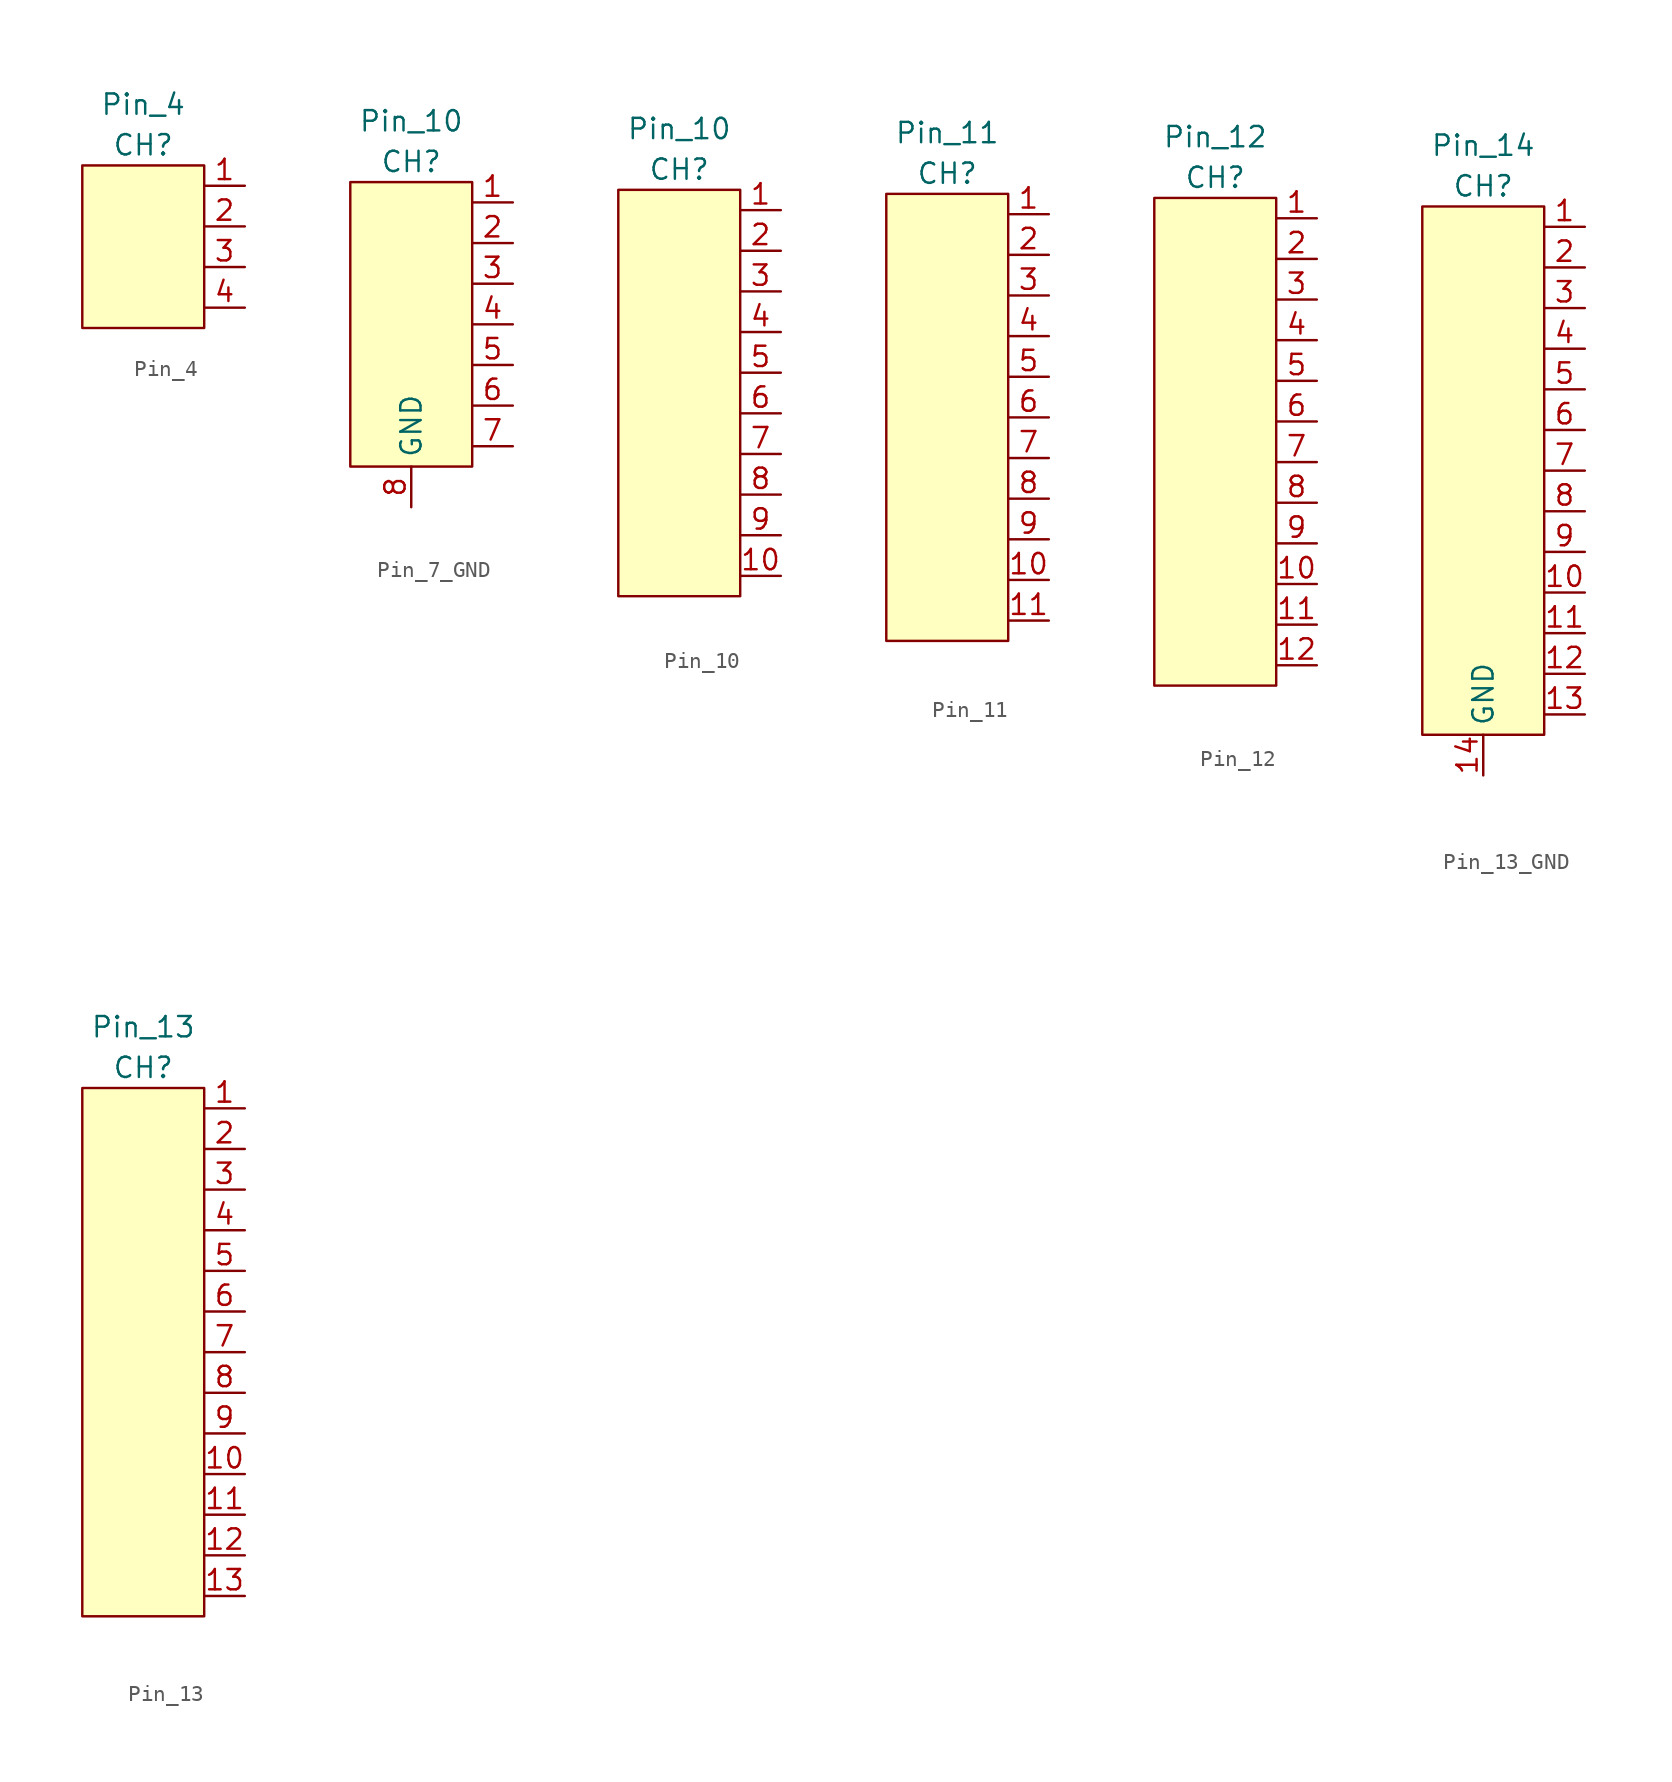
<source format=kicad_sym>
(kicad_symbol_lib
  (version 20220914)
  (generator kicad_symbol_editor)
  (symbol "Pin_4"
    (property "Reference" "CH"
      (at 0 2.54 0)
      (effects (font (size 1.27 1.27))))
    (property "Value" "Pin_4"
      (at 0 5.08 0)
      (effects (font (size 1.27 1.27))))
    (symbol "Pin_4_0_1"
      (rectangle (start -3.81 1.27) (end 3.81 -8.89) (stroke (width 0.152) (type default)) (fill (type background))))
    (symbol "Pin_4_1_1"
      (pin bidirectional line (at 6.35 0 180) (length 2.54) (name "" (effects (font (size 1.27 1.27)))) (number "1" (effects (font (size 1.27 1.27)))))
      (pin bidirectional line (at 6.35 -2.54 180) (length 2.54) (name "" (effects (font (size 1.27 1.27)))) (number "2" (effects (font (size 1.27 1.27)))))
      (pin bidirectional line (at 6.35 -5.08 180) (length 2.54) (name "" (effects (font (size 1.27 1.27)))) (number "3" (effects (font (size 1.27 1.27)))))
      (pin bidirectional line (at 6.35 -7.62 180) (length 2.54) (name "" (effects (font (size 1.27 1.27)))) (number "4" (effects (font (size 1.27 1.27)))))))
  (symbol "Pin_7_GND"
    (property "Reference" "CH"
      (at 0 2.54 0)
      (effects (font (size 1.27 1.27))))
    (property "Value" "Pin_10"
      (at 0 5.08 0)
      (effects (font (size 1.27 1.27))))
    (symbol "Pin_7_GND_0_1"
      (rectangle (start -3.81 1.27) (end 3.81 -16.51) (stroke (width 0.152) (type default)) (fill (type background))))
    (symbol "Pin_7_GND_1_1"
      (pin bidirectional line (at 6.35 0 180) (length 2.54) (name "" (effects (font (size 1.27 1.27)))) (number "1" (effects (font (size 1.27 1.27)))))
      (pin bidirectional line (at 6.35 -2.54 180) (length 2.54) (name "" (effects (font (size 1.27 1.27)))) (number "2" (effects (font (size 1.27 1.27)))))
      (pin bidirectional line (at 6.35 -5.08 180) (length 2.54) (name "" (effects (font (size 1.27 1.27)))) (number "3" (effects (font (size 1.27 1.27)))))
      (pin bidirectional line (at 6.35 -7.62 180) (length 2.54) (name "" (effects (font (size 1.27 1.27)))) (number "4" (effects (font (size 1.27 1.27)))))
      (pin bidirectional line (at 6.35 -10.16 180) (length 2.54) (name "" (effects (font (size 1.27 1.27)))) (number "5" (effects (font (size 1.27 1.27)))))
      (pin bidirectional line (at 6.35 -12.7 180) (length 2.54) (name "" (effects (font (size 1.27 1.27)))) (number "6" (effects (font (size 1.27 1.27)))))
      (pin bidirectional line (at 6.35 -15.24 180) (length 2.54) (name "" (effects (font (size 1.27 1.27)))) (number "7" (effects (font (size 1.27 1.27)))))
      (pin power_in line (at 0 -19.05 90) (length 2.54) (name "GND" (effects (font (size 1.27 1.27)))) (number "8" (effects (font (size 1.27 1.27)))))))
  (symbol "Pin_10"
    (property "Reference" "CH"
      (at 0 2.54 0)
      (effects (font (size 1.27 1.27))))
    (property "Value" "Pin_10"
      (at 0 5.08 0)
      (effects (font (size 1.27 1.27))))
    (symbol "Pin_10_0_1"
      (rectangle (start -3.81 1.27) (end 3.81 -24.13) (stroke (width 0.152) (type default)) (fill (type background))))
    (symbol "Pin_10_1_1"
      (pin bidirectional line (at 6.35 0 180) (length 2.54) (name "" (effects (font (size 1.27 1.27)))) (number "1" (effects (font (size 1.27 1.27)))))
      (pin bidirectional line (at 6.35 -22.86 180) (length 2.54) (name "" (effects (font (size 1.27 1.27)))) (number "10" (effects (font (size 1.27 1.27)))))
      (pin bidirectional line (at 6.35 -2.54 180) (length 2.54) (name "" (effects (font (size 1.27 1.27)))) (number "2" (effects (font (size 1.27 1.27)))))
      (pin bidirectional line (at 6.35 -5.08 180) (length 2.54) (name "" (effects (font (size 1.27 1.27)))) (number "3" (effects (font (size 1.27 1.27)))))
      (pin bidirectional line (at 6.35 -7.62 180) (length 2.54) (name "" (effects (font (size 1.27 1.27)))) (number "4" (effects (font (size 1.27 1.27)))))
      (pin bidirectional line (at 6.35 -10.16 180) (length 2.54) (name "" (effects (font (size 1.27 1.27)))) (number "5" (effects (font (size 1.27 1.27)))))
      (pin bidirectional line (at 6.35 -12.7 180) (length 2.54) (name "" (effects (font (size 1.27 1.27)))) (number "6" (effects (font (size 1.27 1.27)))))
      (pin bidirectional line (at 6.35 -15.24 180) (length 2.54) (name "" (effects (font (size 1.27 1.27)))) (number "7" (effects (font (size 1.27 1.27)))))
      (pin bidirectional line (at 6.35 -17.78 180) (length 2.54) (name "" (effects (font (size 1.27 1.27)))) (number "8" (effects (font (size 1.27 1.27)))))
      (pin bidirectional line (at 6.35 -20.32 180) (length 2.54) (name "" (effects (font (size 1.27 1.27)))) (number "9" (effects (font (size 1.27 1.27)))))))
  (symbol "Pin_11"
    (property "Reference" "CH"
      (at 0 2.54 0)
      (effects (font (size 1.27 1.27))))
    (property "Value" "Pin_11"
      (at 0 5.08 0)
      (effects (font (size 1.27 1.27))))
    (symbol "Pin_11_0_1"
      (rectangle (start -3.81 1.27) (end 3.81 -26.67) (stroke (width 0.152) (type default)) (fill (type background))))
    (symbol "Pin_11_1_1"
      (pin bidirectional line (at 6.35 0 180) (length 2.54) (name "" (effects (font (size 1.27 1.27)))) (number "1" (effects (font (size 1.27 1.27)))))
      (pin bidirectional line (at 6.35 -22.86 180) (length 2.54) (name "" (effects (font (size 1.27 1.27)))) (number "10" (effects (font (size 1.27 1.27)))))
      (pin bidirectional line (at 6.35 -25.4 180) (length 2.54) (name "" (effects (font (size 1.27 1.27)))) (number "11" (effects (font (size 1.27 1.27)))))
      (pin bidirectional line (at 6.35 -2.54 180) (length 2.54) (name "" (effects (font (size 1.27 1.27)))) (number "2" (effects (font (size 1.27 1.27)))))
      (pin bidirectional line (at 6.35 -5.08 180) (length 2.54) (name "" (effects (font (size 1.27 1.27)))) (number "3" (effects (font (size 1.27 1.27)))))
      (pin bidirectional line (at 6.35 -7.62 180) (length 2.54) (name "" (effects (font (size 1.27 1.27)))) (number "4" (effects (font (size 1.27 1.27)))))
      (pin bidirectional line (at 6.35 -10.16 180) (length 2.54) (name "" (effects (font (size 1.27 1.27)))) (number "5" (effects (font (size 1.27 1.27)))))
      (pin bidirectional line (at 6.35 -12.7 180) (length 2.54) (name "" (effects (font (size 1.27 1.27)))) (number "6" (effects (font (size 1.27 1.27)))))
      (pin bidirectional line (at 6.35 -15.24 180) (length 2.54) (name "" (effects (font (size 1.27 1.27)))) (number "7" (effects (font (size 1.27 1.27)))))
      (pin bidirectional line (at 6.35 -17.78 180) (length 2.54) (name "" (effects (font (size 1.27 1.27)))) (number "8" (effects (font (size 1.27 1.27)))))
      (pin bidirectional line (at 6.35 -20.32 180) (length 2.54) (name "" (effects (font (size 1.27 1.27)))) (number "9" (effects (font (size 1.27 1.27)))))))
  (symbol "Pin_12"
    (property "Reference" "CH"
      (at 0 2.54 0)
      (effects (font (size 1.27 1.27))))
    (property "Value" "Pin_12"
      (at 0 5.08 0)
      (effects (font (size 1.27 1.27))))
    (symbol "Pin_12_0_1"
      (rectangle (start -3.81 1.27) (end 3.81 -29.21) (stroke (width 0.152) (type default)) (fill (type background))))
    (symbol "Pin_12_1_1"
      (pin bidirectional line (at 6.35 0 180) (length 2.54) (name "" (effects (font (size 1.27 1.27)))) (number "1" (effects (font (size 1.27 1.27)))))
      (pin bidirectional line (at 6.35 -22.86 180) (length 2.54) (name "" (effects (font (size 1.27 1.27)))) (number "10" (effects (font (size 1.27 1.27)))))
      (pin bidirectional line (at 6.35 -25.4 180) (length 2.54) (name "" (effects (font (size 1.27 1.27)))) (number "11" (effects (font (size 1.27 1.27)))))
      (pin bidirectional line (at 6.35 -27.94 180) (length 2.54) (name "" (effects (font (size 1.27 1.27)))) (number "12" (effects (font (size 1.27 1.27)))))
      (pin bidirectional line (at 6.35 -2.54 180) (length 2.54) (name "" (effects (font (size 1.27 1.27)))) (number "2" (effects (font (size 1.27 1.27)))))
      (pin bidirectional line (at 6.35 -5.08 180) (length 2.54) (name "" (effects (font (size 1.27 1.27)))) (number "3" (effects (font (size 1.27 1.27)))))
      (pin bidirectional line (at 6.35 -7.62 180) (length 2.54) (name "" (effects (font (size 1.27 1.27)))) (number "4" (effects (font (size 1.27 1.27)))))
      (pin bidirectional line (at 6.35 -10.16 180) (length 2.54) (name "" (effects (font (size 1.27 1.27)))) (number "5" (effects (font (size 1.27 1.27)))))
      (pin bidirectional line (at 6.35 -12.7 180) (length 2.54) (name "" (effects (font (size 1.27 1.27)))) (number "6" (effects (font (size 1.27 1.27)))))
      (pin bidirectional line (at 6.35 -15.24 180) (length 2.54) (name "" (effects (font (size 1.27 1.27)))) (number "7" (effects (font (size 1.27 1.27)))))
      (pin bidirectional line (at 6.35 -17.78 180) (length 2.54) (name "" (effects (font (size 1.27 1.27)))) (number "8" (effects (font (size 1.27 1.27)))))
      (pin bidirectional line (at 6.35 -20.32 180) (length 2.54) (name "" (effects (font (size 1.27 1.27)))) (number "9" (effects (font (size 1.27 1.27)))))))
  (symbol "Pin_13_GND"
    (property "Reference" "CH"
      (at 0 2.54 0)
      (effects (font (size 1.27 1.27))))
    (property "Value" "Pin_14"
      (at 0 5.08 0)
      (effects (font (size 1.27 1.27))))
    (symbol "Pin_13_GND_0_1"
      (rectangle (start -3.81 1.27) (end 3.81 -31.75) (stroke (width 0.152) (type default)) (fill (type background))))
    (symbol "Pin_13_GND_1_1"
      (pin bidirectional line (at 6.35 0 180) (length 2.54) (name "" (effects (font (size 1.27 1.27)))) (number "1" (effects (font (size 1.27 1.27)))))
      (pin bidirectional line (at 6.35 -22.86 180) (length 2.54) (name "" (effects (font (size 1.27 1.27)))) (number "10" (effects (font (size 1.27 1.27)))))
      (pin bidirectional line (at 6.35 -25.4 180) (length 2.54) (name "" (effects (font (size 1.27 1.27)))) (number "11" (effects (font (size 1.27 1.27)))))
      (pin bidirectional line (at 6.35 -27.94 180) (length 2.54) (name "" (effects (font (size 1.27 1.27)))) (number "12" (effects (font (size 1.27 1.27)))))
      (pin bidirectional line (at 6.35 -30.48 180) (length 2.54) (name "" (effects (font (size 1.27 1.27)))) (number "13" (effects (font (size 1.27 1.27)))))
      (pin power_in line (at 0 -34.29 90) (length 2.54) (name "GND" (effects (font (size 1.27 1.27)))) (number "14" (effects (font (size 1.27 1.27)))))
      (pin bidirectional line (at 6.35 -2.54 180) (length 2.54) (name "" (effects (font (size 1.27 1.27)))) (number "2" (effects (font (size 1.27 1.27)))))
      (pin bidirectional line (at 6.35 -5.08 180) (length 2.54) (name "" (effects (font (size 1.27 1.27)))) (number "3" (effects (font (size 1.27 1.27)))))
      (pin bidirectional line (at 6.35 -7.62 180) (length 2.54) (name "" (effects (font (size 1.27 1.27)))) (number "4" (effects (font (size 1.27 1.27)))))
      (pin bidirectional line (at 6.35 -10.16 180) (length 2.54) (name "" (effects (font (size 1.27 1.27)))) (number "5" (effects (font (size 1.27 1.27)))))
      (pin bidirectional line (at 6.35 -12.7 180) (length 2.54) (name "" (effects (font (size 1.27 1.27)))) (number "6" (effects (font (size 1.27 1.27)))))
      (pin bidirectional line (at 6.35 -15.24 180) (length 2.54) (name "" (effects (font (size 1.27 1.27)))) (number "7" (effects (font (size 1.27 1.27)))))
      (pin bidirectional line (at 6.35 -17.78 180) (length 2.54) (name "" (effects (font (size 1.27 1.27)))) (number "8" (effects (font (size 1.27 1.27)))))
      (pin bidirectional line (at 6.35 -20.32 180) (length 2.54) (name "" (effects (font (size 1.27 1.27)))) (number "9" (effects (font (size 1.27 1.27)))))))
  (symbol "Pin_13"
    (property "Reference" "CH"
      (at 0 2.54 0)
      (effects (font (size 1.27 1.27))))
    (property "Value" "Pin_13"
      (at 0 5.08 0)
      (effects (font (size 1.27 1.27))))
    (symbol "Pin_13_0_1"
      (rectangle (start -3.81 1.27) (end 3.81 -31.75) (stroke (width 0.152) (type default)) (fill (type background))))
    (symbol "Pin_13_1_1"
      (pin bidirectional line (at 6.35 0 180) (length 2.54) (name "" (effects (font (size 1.27 1.27)))) (number "1" (effects (font (size 1.27 1.27)))))
      (pin bidirectional line (at 6.35 -22.86 180) (length 2.54) (name "" (effects (font (size 1.27 1.27)))) (number "10" (effects (font (size 1.27 1.27)))))
      (pin bidirectional line (at 6.35 -25.4 180) (length 2.54) (name "" (effects (font (size 1.27 1.27)))) (number "11" (effects (font (size 1.27 1.27)))))
      (pin bidirectional line (at 6.35 -27.94 180) (length 2.54) (name "" (effects (font (size 1.27 1.27)))) (number "12" (effects (font (size 1.27 1.27)))))
      (pin bidirectional line (at 6.35 -30.48 180) (length 2.54) (name "" (effects (font (size 1.27 1.27)))) (number "13" (effects (font (size 1.27 1.27)))))
      (pin bidirectional line (at 6.35 -2.54 180) (length 2.54) (name "" (effects (font (size 1.27 1.27)))) (number "2" (effects (font (size 1.27 1.27)))))
      (pin bidirectional line (at 6.35 -5.08 180) (length 2.54) (name "" (effects (font (size 1.27 1.27)))) (number "3" (effects (font (size 1.27 1.27)))))
      (pin bidirectional line (at 6.35 -7.62 180) (length 2.54) (name "" (effects (font (size 1.27 1.27)))) (number "4" (effects (font (size 1.27 1.27)))))
      (pin bidirectional line (at 6.35 -10.16 180) (length 2.54) (name "" (effects (font (size 1.27 1.27)))) (number "5" (effects (font (size 1.27 1.27)))))
      (pin bidirectional line (at 6.35 -12.7 180) (length 2.54) (name "" (effects (font (size 1.27 1.27)))) (number "6" (effects (font (size 1.27 1.27)))))
      (pin bidirectional line (at 6.35 -15.24 180) (length 2.54) (name "" (effects (font (size 1.27 1.27)))) (number "7" (effects (font (size 1.27 1.27)))))
      (pin bidirectional line (at 6.35 -17.78 180) (length 2.54) (name "" (effects (font (size 1.27 1.27)))) (number "8" (effects (font (size 1.27 1.27)))))
      (pin bidirectional line (at 6.35 -20.32 180) (length 2.54) (name "" (effects (font (size 1.27 1.27)))) (number "9" (effects (font (size 1.27 1.27))))))))
</source>
